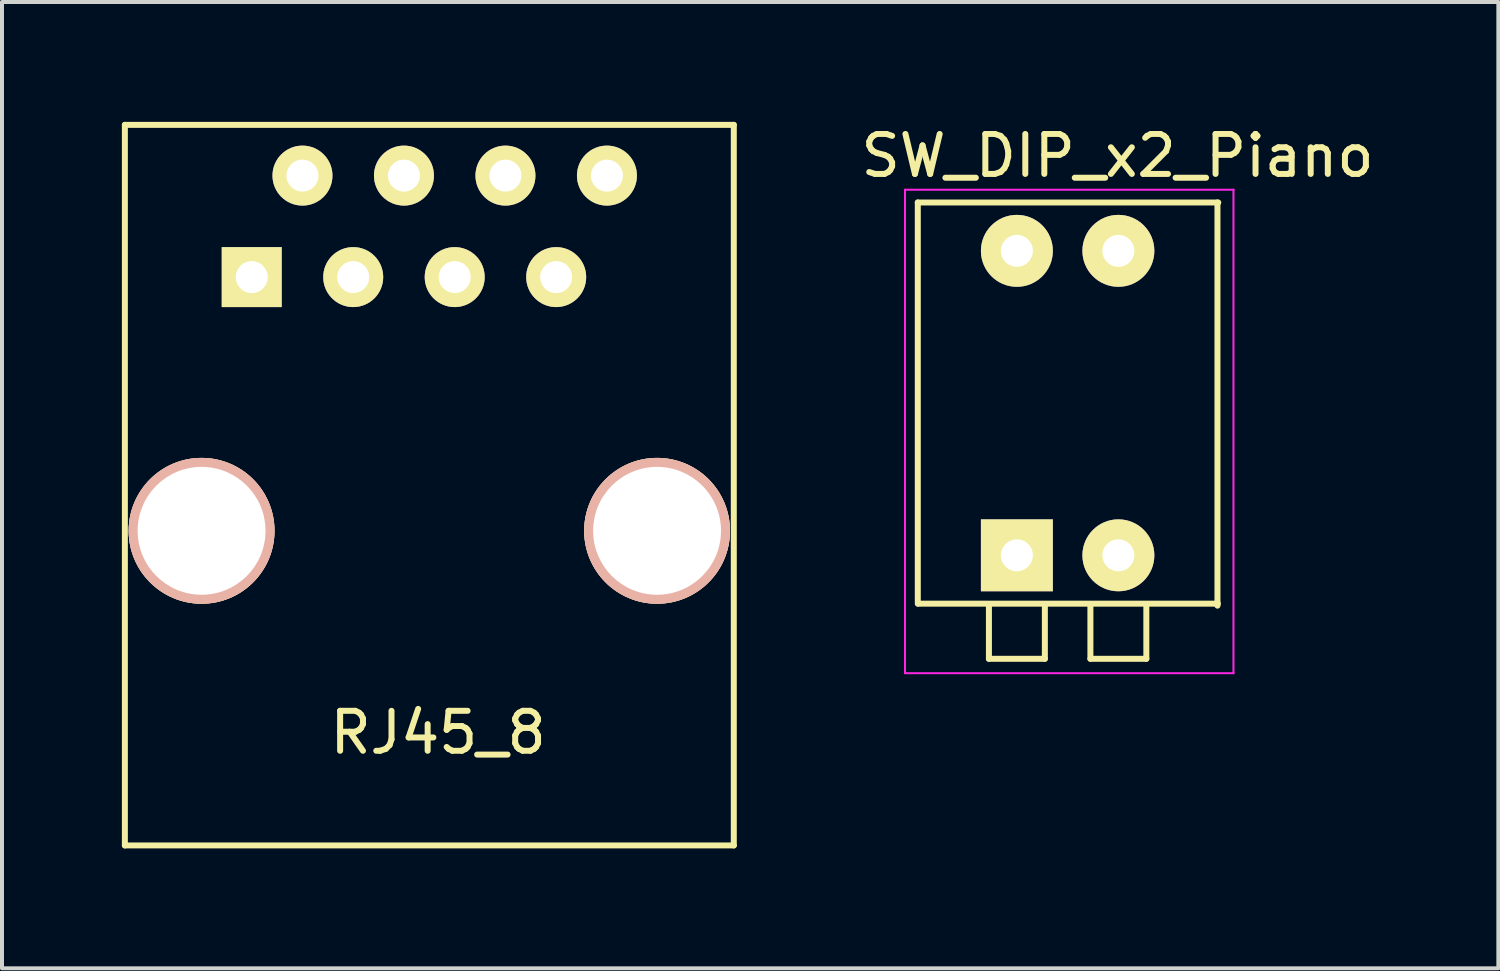
<source format=kicad_pcb>
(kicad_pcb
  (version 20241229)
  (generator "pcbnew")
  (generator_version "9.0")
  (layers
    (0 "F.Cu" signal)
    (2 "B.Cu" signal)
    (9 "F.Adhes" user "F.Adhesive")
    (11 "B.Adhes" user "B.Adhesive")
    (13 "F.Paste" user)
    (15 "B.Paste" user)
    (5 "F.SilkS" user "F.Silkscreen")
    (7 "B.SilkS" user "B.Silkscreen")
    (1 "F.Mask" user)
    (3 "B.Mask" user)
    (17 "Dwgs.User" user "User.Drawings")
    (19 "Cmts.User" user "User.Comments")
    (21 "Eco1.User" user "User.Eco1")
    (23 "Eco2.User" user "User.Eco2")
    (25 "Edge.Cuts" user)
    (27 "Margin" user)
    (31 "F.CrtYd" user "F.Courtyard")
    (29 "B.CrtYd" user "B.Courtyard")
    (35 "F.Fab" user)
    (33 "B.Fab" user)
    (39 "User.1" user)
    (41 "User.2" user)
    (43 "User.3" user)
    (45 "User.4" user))
  (footprint "RJ45_8"
    (layer "F.Cu")
    (at 7.695 10.235)
    (property "Reference" "RJ45_8" (at 0.22 5.05 0) (layer "F.SilkS") (effects (font (size 1 1) (thickness 0.15))))
    (attr through_hole)
    (fp_line (start -7.62 -10.16) (end -7.62 7.874) (stroke (width 0.15) (type solid)) (layer "F.SilkS"))
    (fp_line (start -7.62 7.874) (end 7.62 7.874) (stroke (width 0.15) (type solid)) (layer "F.SilkS"))
    (fp_line (start 7.62 -10.16) (end -7.62 -10.16) (stroke (width 0.15) (type solid)) (layer "F.SilkS"))
    (fp_line (start 7.62 7.874) (end 7.62 -10.16) (stroke (width 0.15) (type solid)) (layer "F.SilkS"))
    (pad "" np_thru_hole circle (at -5.7 0) (size 3.65 3.65) (drill 3.2) (layers "*.Cu" "*.SilkS" "*.Mask"))
    (pad "" np_thru_hole circle (at 5.7 0) (size 3.65 3.65) (drill 3.2) (layers "*.Cu" "*.SilkS" "*.Mask"))
    (pad "1" thru_hole rect (at -4.445 -6.35) (size 1.501 1.501) (drill 0.8) (layers "*.Cu" "*.Mask" "F.SilkS"))
    (pad "2" thru_hole circle (at -3.175 -8.89) (size 1.501 1.501) (drill 0.8) (layers "*.Cu" "*.Mask" "F.SilkS"))
    (pad "3" thru_hole circle (at -1.905 -6.35) (size 1.501 1.501) (drill 0.8) (layers "*.Cu" "*.Mask" "F.SilkS"))
    (pad "4" thru_hole circle (at -0.635 -8.89) (size 1.501 1.501) (drill 0.8) (layers "*.Cu" "*.Mask" "F.SilkS"))
    (pad "5" thru_hole circle (at 0.635 -6.35) (size 1.501 1.501) (drill 0.8) (layers "*.Cu" "*.Mask" "F.SilkS"))
    (pad "6" thru_hole circle (at 1.905 -8.89) (size 1.501 1.501) (drill 0.8) (layers "*.Cu" "*.Mask" "F.SilkS"))
    (pad "7" thru_hole circle (at 3.175 -6.35) (size 1.501 1.501) (drill 0.8) (layers "*.Cu" "*.Mask" "F.SilkS"))
    (pad "8" thru_hole circle (at 4.445 -8.89) (size 1.501 1.501) (drill 0.8) (layers "*.Cu" "*.Mask" "F.SilkS")))
  (footprint "SW_DIP_x2_Piano"
    (layer "F.Cu")
    (at 22.4 10.848)
    (property "Reference" "SW_DIP_x2_Piano" (at 2.52 -10 0) (layer "F.SilkS") (effects (font (size 1 1) (thickness 0.15))))
    (attr through_hole)
    (fp_line (start -2.48 -8.83) (end 5.02 -8.83) (stroke (width 0.15) (type solid)) (layer "F.SilkS"))
    (fp_line (start -2.48 1.21) (end -2.48 -8.83) (stroke (width 0.15) (type solid)) (layer "F.SilkS"))
    (fp_line (start -2.47 1.21) (end 5.03 1.21) (stroke (width 0.15) (type solid)) (layer "F.SilkS"))
    (fp_line (start -0.7 1.22) (end -0.7 2.59) (stroke (width 0.15) (type solid)) (layer "F.SilkS"))
    (fp_line (start -0.7 2.59) (end 0.7 2.59) (stroke (width 0.15) (type solid)) (layer "F.SilkS"))
    (fp_line (start 0.7 2.59) (end 0.7 1.22) (stroke (width 0.15) (type solid)) (layer "F.SilkS"))
    (fp_line (start 1.84 1.22) (end 1.84 2.59) (stroke (width 0.15) (type solid)) (layer "F.SilkS"))
    (fp_line (start 1.84 2.59) (end 3.24 2.59) (stroke (width 0.15) (type solid)) (layer "F.SilkS"))
    (fp_line (start 3.24 2.59) (end 3.24 1.22) (stroke (width 0.15) (type solid)) (layer "F.SilkS"))
    (fp_line (start 5.02 -8.83) (end 5.04 -8.83) (stroke (width 0.15) (type solid)) (layer "F.SilkS"))
    (fp_line (start 5.02 1.26) (end 5.02 -8.79) (stroke (width 0.15) (type solid)) (layer "F.SilkS"))
    (fp_line (start -2.8 -9.15) (end -2.8 2.95) (stroke (width 0.05) (type solid)) (layer "F.CrtYd"))
    (fp_line (start -2.8 -9.15) (end 5.425 -9.15) (stroke (width 0.05) (type solid)) (layer "F.CrtYd"))
    (fp_line (start -2.8 2.95) (end 5.425 2.95) (stroke (width 0.05) (type solid)) (layer "F.CrtYd"))
    (fp_line (start 5.42 2.95) (end 5.42 -9.15) (stroke (width 0.05) (type solid)) (layer "F.CrtYd"))
    (pad "1" thru_hole rect (at 0 0) (size 1.8 1.8) (drill 0.8) (layers "*.Cu" "*.Mask" "F.SilkS"))
    (pad "2" thru_hole oval (at 0 -7.62) (size 1.8 1.8) (drill 0.8) (layers "*.Cu" "*.Mask" "F.SilkS"))
    (pad "3" thru_hole oval (at 2.54 0) (size 1.8 1.8) (drill 0.8) (layers "*.Cu" "*.Mask" "F.SilkS"))
    (pad "4" thru_hole oval (at 2.54 -7.62) (size 1.8 1.8) (drill 0.8) (layers "*.Cu" "*.Mask" "F.SilkS")))
  (gr_rect
    (start -3 -3)
    (end 34.45 21.184)
    (stroke (width 0.1) (type default))
    (fill no)
    (layer "Edge.Cuts")))
</source>
